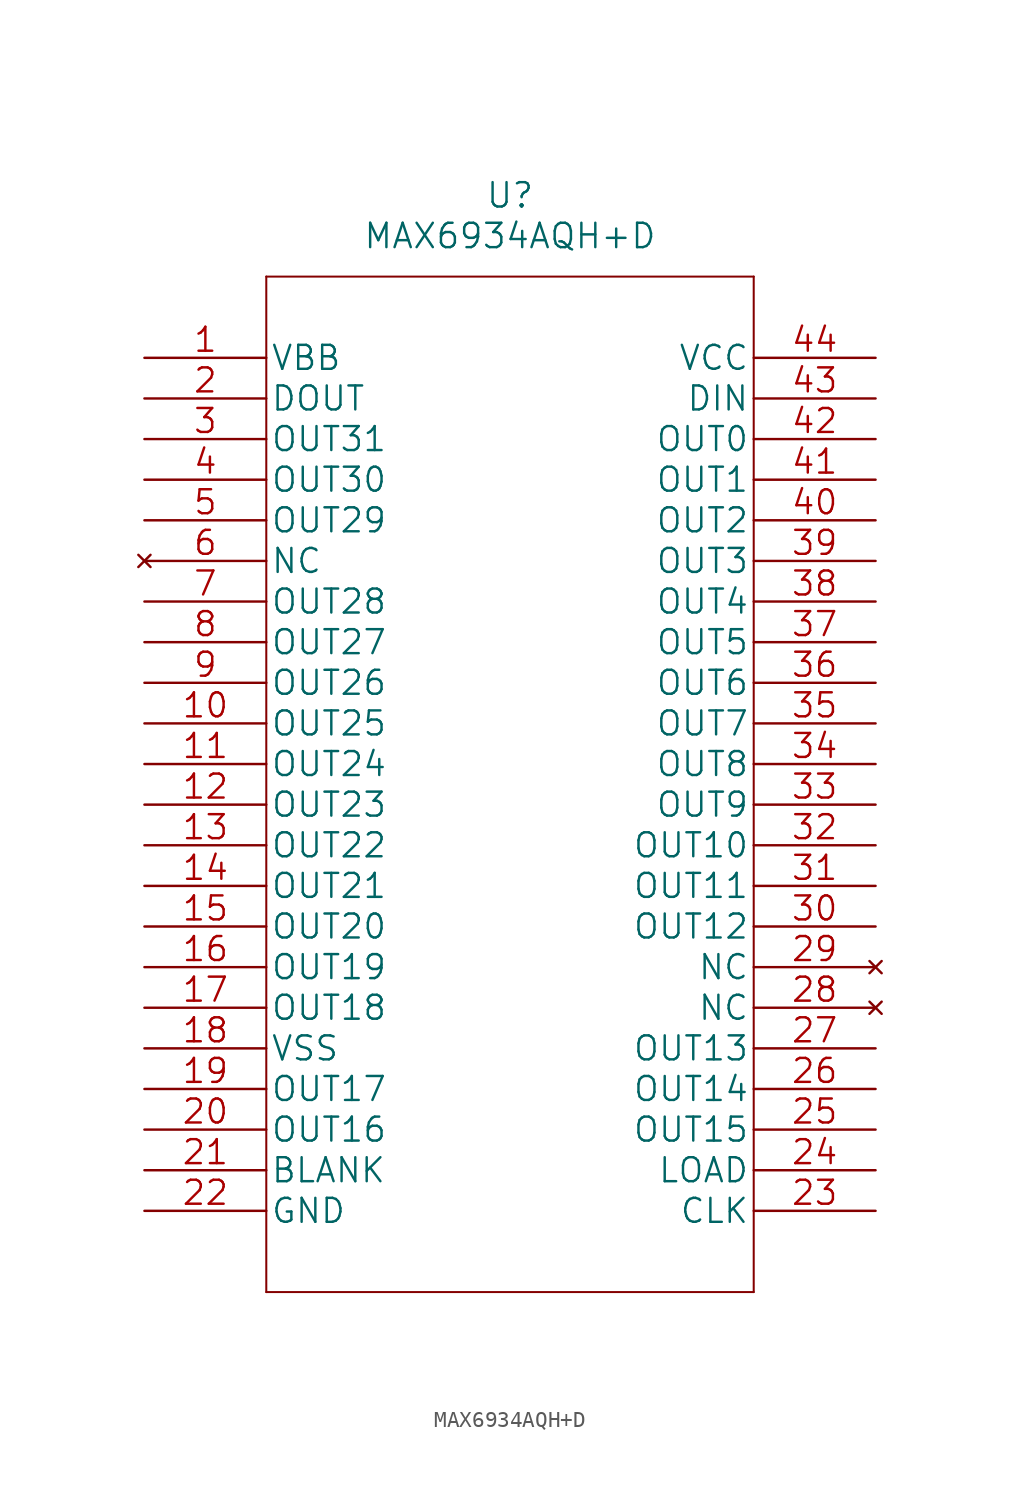
<source format=kicad_sym>
(kicad_symbol_lib
  (version 20211014)
  (generator kicad_symbol_editor)
  (symbol "MAX6934AQH+D"
    (pin_names
      (offset 0.254))
    (property "Reference" "U"
      (at 22.86 10.16 0)
      (effects (font (size 1.524 1.524))))
    (property "Value" "MAX6934AQH+D"
      (at 22.86 7.62 0)
      (effects (font (size 1.524 1.524))))
    (property "Datasheet" ""
      (at 0 0 0)
      (effects (font (size 1.524 1.524))))
    (property "ki_locked" ""
      (at 0 0 0)
      (effects (font (size 1.27 1.27))))
    (symbol "MAX6934AQH+D_1_1"
      (polyline (pts (xy 7.62 -58.42) (xy 38.1 -58.42)) (stroke (width 0.127) (type default) (color 0 0 0 0)) (fill (type none)))
      (polyline (pts (xy 7.62 5.08) (xy 7.62 -58.42)) (stroke (width 0.127) (type default) (color 0 0 0 0)) (fill (type none)))
      (polyline (pts (xy 38.1 -58.42) (xy 38.1 5.08)) (stroke (width 0.127) (type default) (color 0 0 0 0)) (fill (type none)))
      (polyline (pts (xy 38.1 5.08) (xy 7.62 5.08)) (stroke (width 0.127) (type default) (color 0 0 0 0)) (fill (type none)))
      (pin power_in line (at 0 0 0) (length 7.62) (name "VBB" (effects (font (size 1.499 1.499)))) (number "1" (effects (font (size 1.499 1.499)))))
      (pin output line (at 0 -22.86 0) (length 7.62) (name "OUT25" (effects (font (size 1.499 1.499)))) (number "10" (effects (font (size 1.499 1.499)))))
      (pin output line (at 0 -25.4 0) (length 7.62) (name "OUT24" (effects (font (size 1.499 1.499)))) (number "11" (effects (font (size 1.499 1.499)))))
      (pin output line (at 0 -27.94 0) (length 7.62) (name "OUT23" (effects (font (size 1.499 1.499)))) (number "12" (effects (font (size 1.499 1.499)))))
      (pin output line (at 0 -30.48 0) (length 7.62) (name "OUT22" (effects (font (size 1.499 1.499)))) (number "13" (effects (font (size 1.499 1.499)))))
      (pin output line (at 0 -33.02 0) (length 7.62) (name "OUT21" (effects (font (size 1.499 1.499)))) (number "14" (effects (font (size 1.499 1.499)))))
      (pin output line (at 0 -35.56 0) (length 7.62) (name "OUT20" (effects (font (size 1.499 1.499)))) (number "15" (effects (font (size 1.499 1.499)))))
      (pin output line (at 0 -38.1 0) (length 7.62) (name "OUT19" (effects (font (size 1.499 1.499)))) (number "16" (effects (font (size 1.499 1.499)))))
      (pin output line (at 0 -40.64 0) (length 7.62) (name "OUT18" (effects (font (size 1.499 1.499)))) (number "17" (effects (font (size 1.499 1.499)))))
      (pin power_in line (at 0 -43.18 0) (length 7.62) (name "VSS" (effects (font (size 1.499 1.499)))) (number "18" (effects (font (size 1.499 1.499)))))
      (pin output line (at 0 -45.72 0) (length 7.62) (name "OUT17" (effects (font (size 1.499 1.499)))) (number "19" (effects (font (size 1.499 1.499)))))
      (pin output line (at 0 -2.54 0) (length 7.62) (name "DOUT" (effects (font (size 1.499 1.499)))) (number "2" (effects (font (size 1.499 1.499)))))
      (pin output line (at 0 -48.26 0) (length 7.62) (name "OUT16" (effects (font (size 1.499 1.499)))) (number "20" (effects (font (size 1.499 1.499)))))
      (pin input line (at 0 -50.8 0) (length 7.62) (name "BLANK" (effects (font (size 1.499 1.499)))) (number "21" (effects (font (size 1.499 1.499)))))
      (pin power_in line (at 0 -53.34 0) (length 7.62) (name "GND" (effects (font (size 1.499 1.499)))) (number "22" (effects (font (size 1.499 1.499)))))
      (pin input line (at 45.72 -53.34 180) (length 7.62) (name "CLK" (effects (font (size 1.499 1.499)))) (number "23" (effects (font (size 1.499 1.499)))))
      (pin input line (at 45.72 -50.8 180) (length 7.62) (name "LOAD" (effects (font (size 1.499 1.499)))) (number "24" (effects (font (size 1.499 1.499)))))
      (pin output line (at 45.72 -48.26 180) (length 7.62) (name "OUT15" (effects (font (size 1.499 1.499)))) (number "25" (effects (font (size 1.499 1.499)))))
      (pin output line (at 45.72 -45.72 180) (length 7.62) (name "OUT14" (effects (font (size 1.499 1.499)))) (number "26" (effects (font (size 1.499 1.499)))))
      (pin output line (at 45.72 -43.18 180) (length 7.62) (name "OUT13" (effects (font (size 1.499 1.499)))) (number "27" (effects (font (size 1.499 1.499)))))
      (pin no_connect line (at 45.72 -40.64 180) (length 7.62) (name "NC" (effects (font (size 1.499 1.499)))) (number "28" (effects (font (size 1.499 1.499)))))
      (pin no_connect line (at 45.72 -38.1 180) (length 7.62) (name "NC" (effects (font (size 1.499 1.499)))) (number "29" (effects (font (size 1.499 1.499)))))
      (pin output line (at 0 -5.08 0) (length 7.62) (name "OUT31" (effects (font (size 1.499 1.499)))) (number "3" (effects (font (size 1.499 1.499)))))
      (pin output line (at 45.72 -35.56 180) (length 7.62) (name "OUT12" (effects (font (size 1.499 1.499)))) (number "30" (effects (font (size 1.499 1.499)))))
      (pin output line (at 45.72 -33.02 180) (length 7.62) (name "OUT11" (effects (font (size 1.499 1.499)))) (number "31" (effects (font (size 1.499 1.499)))))
      (pin output line (at 45.72 -30.48 180) (length 7.62) (name "OUT10" (effects (font (size 1.499 1.499)))) (number "32" (effects (font (size 1.499 1.499)))))
      (pin output line (at 45.72 -27.94 180) (length 7.62) (name "OUT9" (effects (font (size 1.499 1.499)))) (number "33" (effects (font (size 1.499 1.499)))))
      (pin output line (at 45.72 -25.4 180) (length 7.62) (name "OUT8" (effects (font (size 1.499 1.499)))) (number "34" (effects (font (size 1.499 1.499)))))
      (pin output line (at 45.72 -22.86 180) (length 7.62) (name "OUT7" (effects (font (size 1.499 1.499)))) (number "35" (effects (font (size 1.499 1.499)))))
      (pin output line (at 45.72 -20.32 180) (length 7.62) (name "OUT6" (effects (font (size 1.499 1.499)))) (number "36" (effects (font (size 1.499 1.499)))))
      (pin output line (at 45.72 -17.78 180) (length 7.62) (name "OUT5" (effects (font (size 1.499 1.499)))) (number "37" (effects (font (size 1.499 1.499)))))
      (pin output line (at 45.72 -15.24 180) (length 7.62) (name "OUT4" (effects (font (size 1.499 1.499)))) (number "38" (effects (font (size 1.499 1.499)))))
      (pin output line (at 45.72 -12.7 180) (length 7.62) (name "OUT3" (effects (font (size 1.499 1.499)))) (number "39" (effects (font (size 1.499 1.499)))))
      (pin output line (at 0 -7.62 0) (length 7.62) (name "OUT30" (effects (font (size 1.499 1.499)))) (number "4" (effects (font (size 1.499 1.499)))))
      (pin output line (at 45.72 -10.16 180) (length 7.62) (name "OUT2" (effects (font (size 1.499 1.499)))) (number "40" (effects (font (size 1.499 1.499)))))
      (pin output line (at 45.72 -7.62 180) (length 7.62) (name "OUT1" (effects (font (size 1.499 1.499)))) (number "41" (effects (font (size 1.499 1.499)))))
      (pin output line (at 45.72 -5.08 180) (length 7.62) (name "OUT0" (effects (font (size 1.499 1.499)))) (number "42" (effects (font (size 1.499 1.499)))))
      (pin input line (at 45.72 -2.54 180) (length 7.62) (name "DIN" (effects (font (size 1.499 1.499)))) (number "43" (effects (font (size 1.499 1.499)))))
      (pin power_in line (at 45.72 0 180) (length 7.62) (name "VCC" (effects (font (size 1.499 1.499)))) (number "44" (effects (font (size 1.499 1.499)))))
      (pin output line (at 0 -10.16 0) (length 7.62) (name "OUT29" (effects (font (size 1.499 1.499)))) (number "5" (effects (font (size 1.499 1.499)))))
      (pin no_connect line (at 0 -12.7 0) (length 7.62) (name "NC" (effects (font (size 1.499 1.499)))) (number "6" (effects (font (size 1.499 1.499)))))
      (pin output line (at 0 -15.24 0) (length 7.62) (name "OUT28" (effects (font (size 1.499 1.499)))) (number "7" (effects (font (size 1.499 1.499)))))
      (pin output line (at 0 -17.78 0) (length 7.62) (name "OUT27" (effects (font (size 1.499 1.499)))) (number "8" (effects (font (size 1.499 1.499)))))
      (pin output line (at 0 -20.32 0) (length 7.62) (name "OUT26" (effects (font (size 1.499 1.499)))) (number "9" (effects (font (size 1.499 1.499))))))))
</source>
